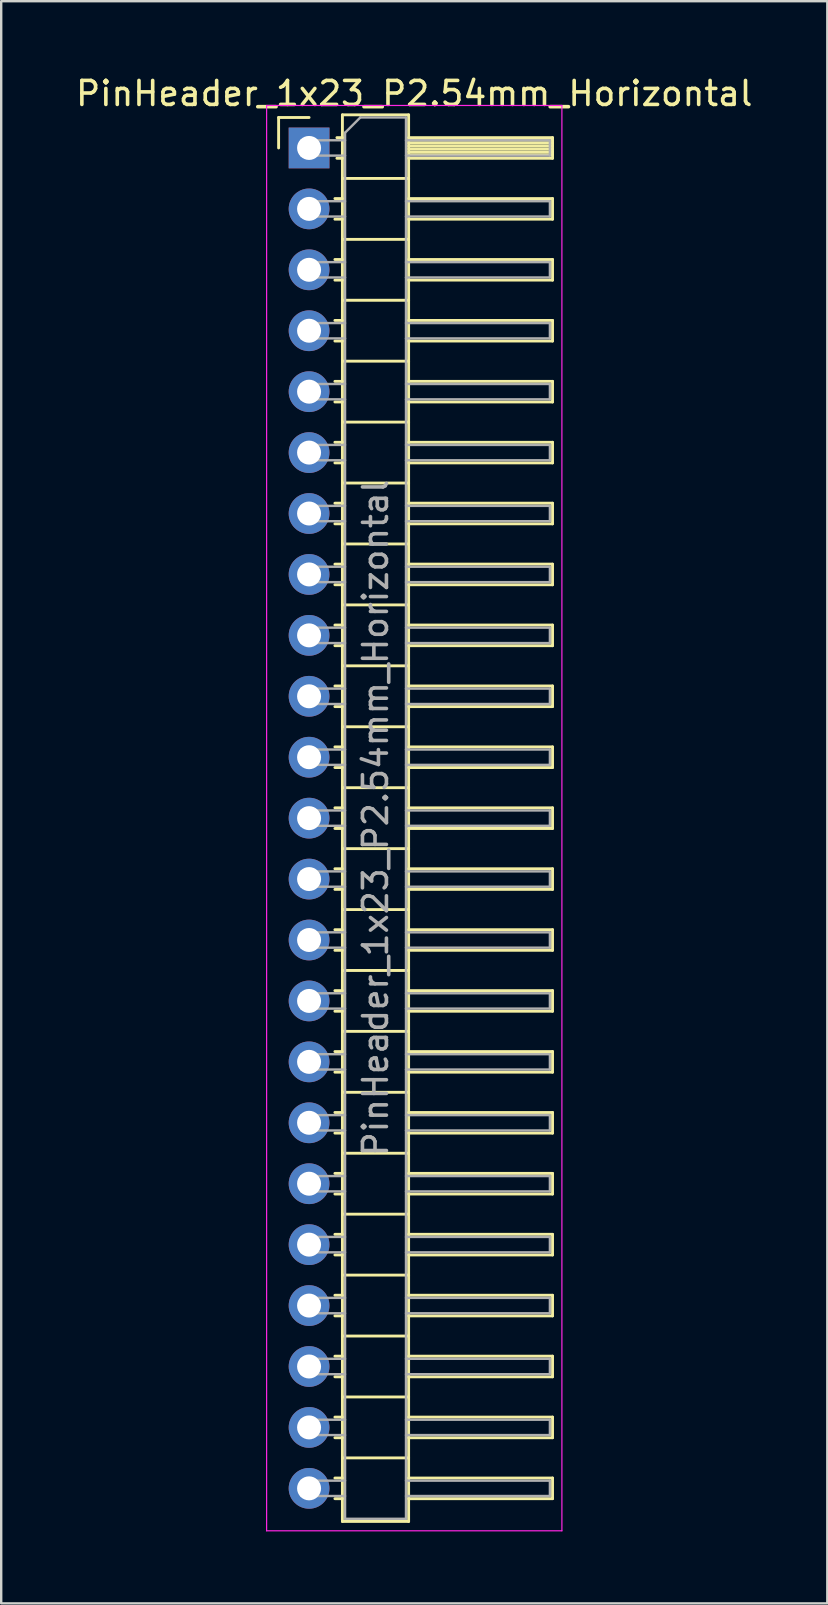
<source format=kicad_pcb>
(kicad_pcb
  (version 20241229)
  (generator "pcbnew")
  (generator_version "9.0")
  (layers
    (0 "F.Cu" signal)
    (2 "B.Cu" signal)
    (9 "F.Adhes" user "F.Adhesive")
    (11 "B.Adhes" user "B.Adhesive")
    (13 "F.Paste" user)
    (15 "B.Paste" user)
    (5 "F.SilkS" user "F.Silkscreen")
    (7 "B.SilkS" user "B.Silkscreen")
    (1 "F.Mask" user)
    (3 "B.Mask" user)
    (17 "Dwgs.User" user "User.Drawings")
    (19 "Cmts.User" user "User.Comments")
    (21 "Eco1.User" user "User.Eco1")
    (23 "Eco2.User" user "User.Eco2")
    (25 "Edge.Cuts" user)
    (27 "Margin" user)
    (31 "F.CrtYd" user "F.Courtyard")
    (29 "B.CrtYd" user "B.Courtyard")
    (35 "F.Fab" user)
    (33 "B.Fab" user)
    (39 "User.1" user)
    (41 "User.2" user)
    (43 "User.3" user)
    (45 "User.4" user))
  (footprint "PinHeader_1x23_P2.54mm_Horizontal"
    (layer "F.Cu")
    (at 9.835 3.118)
    (property "Reference" "PinHeader_1x23_P2.54mm_Horizontal" (at 4.385 -2.27 0) (layer "F.SilkS") (effects (font (size 1 1) (thickness 0.15))))
    (attr through_hole)
    (fp_line (start -1.27 -1.27) (end 0 -1.27) (stroke (width 0.12) (type solid)) (layer "F.SilkS"))
    (fp_line (start -1.27 0) (end -1.27 -1.27) (stroke (width 0.12) (type solid)) (layer "F.SilkS"))
    (fp_line (start 1.077 2.11) (end 1.39 2.11) (stroke (width 0.12) (type solid)) (layer "F.SilkS"))
    (fp_line (start 1.077 2.97) (end 1.39 2.97) (stroke (width 0.12) (type solid)) (layer "F.SilkS"))
    (fp_line (start 1.077 4.65) (end 1.39 4.65) (stroke (width 0.12) (type solid)) (layer "F.SilkS"))
    (fp_line (start 1.077 5.51) (end 1.39 5.51) (stroke (width 0.12) (type solid)) (layer "F.SilkS"))
    (fp_line (start 1.077 7.19) (end 1.39 7.19) (stroke (width 0.12) (type solid)) (layer "F.SilkS"))
    (fp_line (start 1.077 8.05) (end 1.39 8.05) (stroke (width 0.12) (type solid)) (layer "F.SilkS"))
    (fp_line (start 1.077 9.73) (end 1.39 9.73) (stroke (width 0.12) (type solid)) (layer "F.SilkS"))
    (fp_line (start 1.077 10.59) (end 1.39 10.59) (stroke (width 0.12) (type solid)) (layer "F.SilkS"))
    (fp_line (start 1.077 12.27) (end 1.39 12.27) (stroke (width 0.12) (type solid)) (layer "F.SilkS"))
    (fp_line (start 1.077 13.13) (end 1.39 13.13) (stroke (width 0.12) (type solid)) (layer "F.SilkS"))
    (fp_line (start 1.077 14.81) (end 1.39 14.81) (stroke (width 0.12) (type solid)) (layer "F.SilkS"))
    (fp_line (start 1.077 15.67) (end 1.39 15.67) (stroke (width 0.12) (type solid)) (layer "F.SilkS"))
    (fp_line (start 1.077 17.35) (end 1.39 17.35) (stroke (width 0.12) (type solid)) (layer "F.SilkS"))
    (fp_line (start 1.077 18.21) (end 1.39 18.21) (stroke (width 0.12) (type solid)) (layer "F.SilkS"))
    (fp_line (start 1.077 19.89) (end 1.39 19.89) (stroke (width 0.12) (type solid)) (layer "F.SilkS"))
    (fp_line (start 1.077 20.75) (end 1.39 20.75) (stroke (width 0.12) (type solid)) (layer "F.SilkS"))
    (fp_line (start 1.077 22.43) (end 1.39 22.43) (stroke (width 0.12) (type solid)) (layer "F.SilkS"))
    (fp_line (start 1.077 23.29) (end 1.39 23.29) (stroke (width 0.12) (type solid)) (layer "F.SilkS"))
    (fp_line (start 1.077 24.97) (end 1.39 24.97) (stroke (width 0.12) (type solid)) (layer "F.SilkS"))
    (fp_line (start 1.077 25.83) (end 1.39 25.83) (stroke (width 0.12) (type solid)) (layer "F.SilkS"))
    (fp_line (start 1.077 27.51) (end 1.39 27.51) (stroke (width 0.12) (type solid)) (layer "F.SilkS"))
    (fp_line (start 1.077 28.37) (end 1.39 28.37) (stroke (width 0.12) (type solid)) (layer "F.SilkS"))
    (fp_line (start 1.077 30.05) (end 1.39 30.05) (stroke (width 0.12) (type solid)) (layer "F.SilkS"))
    (fp_line (start 1.077 30.91) (end 1.39 30.91) (stroke (width 0.12) (type solid)) (layer "F.SilkS"))
    (fp_line (start 1.077 32.59) (end 1.39 32.59) (stroke (width 0.12) (type solid)) (layer "F.SilkS"))
    (fp_line (start 1.077 33.45) (end 1.39 33.45) (stroke (width 0.12) (type solid)) (layer "F.SilkS"))
    (fp_line (start 1.077 35.13) (end 1.39 35.13) (stroke (width 0.12) (type solid)) (layer "F.SilkS"))
    (fp_line (start 1.077 35.99) (end 1.39 35.99) (stroke (width 0.12) (type solid)) (layer "F.SilkS"))
    (fp_line (start 1.077 37.67) (end 1.39 37.67) (stroke (width 0.12) (type solid)) (layer "F.SilkS"))
    (fp_line (start 1.077 38.53) (end 1.39 38.53) (stroke (width 0.12) (type solid)) (layer "F.SilkS"))
    (fp_line (start 1.077 40.21) (end 1.39 40.21) (stroke (width 0.12) (type solid)) (layer "F.SilkS"))
    (fp_line (start 1.077 41.07) (end 1.39 41.07) (stroke (width 0.12) (type solid)) (layer "F.SilkS"))
    (fp_line (start 1.077 42.75) (end 1.39 42.75) (stroke (width 0.12) (type solid)) (layer "F.SilkS"))
    (fp_line (start 1.077 43.61) (end 1.39 43.61) (stroke (width 0.12) (type solid)) (layer "F.SilkS"))
    (fp_line (start 1.077 45.29) (end 1.39 45.29) (stroke (width 0.12) (type solid)) (layer "F.SilkS"))
    (fp_line (start 1.077 46.15) (end 1.39 46.15) (stroke (width 0.12) (type solid)) (layer "F.SilkS"))
    (fp_line (start 1.077 47.83) (end 1.39 47.83) (stroke (width 0.12) (type solid)) (layer "F.SilkS"))
    (fp_line (start 1.077 48.69) (end 1.39 48.69) (stroke (width 0.12) (type solid)) (layer "F.SilkS"))
    (fp_line (start 1.077 50.37) (end 1.39 50.37) (stroke (width 0.12) (type solid)) (layer "F.SilkS"))
    (fp_line (start 1.077 51.23) (end 1.39 51.23) (stroke (width 0.12) (type solid)) (layer "F.SilkS"))
    (fp_line (start 1.077 52.91) (end 1.39 52.91) (stroke (width 0.12) (type solid)) (layer "F.SilkS"))
    (fp_line (start 1.077 53.77) (end 1.39 53.77) (stroke (width 0.12) (type solid)) (layer "F.SilkS"))
    (fp_line (start 1.077 55.45) (end 1.39 55.45) (stroke (width 0.12) (type solid)) (layer "F.SilkS"))
    (fp_line (start 1.077 56.31) (end 1.39 56.31) (stroke (width 0.12) (type solid)) (layer "F.SilkS"))
    (fp_line (start 1.16 -0.43) (end 1.39 -0.43) (stroke (width 0.12) (type solid)) (layer "F.SilkS"))
    (fp_line (start 1.16 0.43) (end 1.39 0.43) (stroke (width 0.12) (type solid)) (layer "F.SilkS"))
    (fp_line (start 1.39 -1.38) (end 1.39 57.26) (stroke (width 0.12) (type solid)) (layer "F.SilkS"))
    (fp_line (start 1.39 1.27) (end 4.15 1.27) (stroke (width 0.12) (type solid)) (layer "F.SilkS"))
    (fp_line (start 1.39 3.81) (end 4.15 3.81) (stroke (width 0.12) (type solid)) (layer "F.SilkS"))
    (fp_line (start 1.39 6.35) (end 4.15 6.35) (stroke (width 0.12) (type solid)) (layer "F.SilkS"))
    (fp_line (start 1.39 8.89) (end 4.15 8.89) (stroke (width 0.12) (type solid)) (layer "F.SilkS"))
    (fp_line (start 1.39 11.43) (end 4.15 11.43) (stroke (width 0.12) (type solid)) (layer "F.SilkS"))
    (fp_line (start 1.39 13.97) (end 4.15 13.97) (stroke (width 0.12) (type solid)) (layer "F.SilkS"))
    (fp_line (start 1.39 16.51) (end 4.15 16.51) (stroke (width 0.12) (type solid)) (layer "F.SilkS"))
    (fp_line (start 1.39 19.05) (end 4.15 19.05) (stroke (width 0.12) (type solid)) (layer "F.SilkS"))
    (fp_line (start 1.39 21.59) (end 4.15 21.59) (stroke (width 0.12) (type solid)) (layer "F.SilkS"))
    (fp_line (start 1.39 24.13) (end 4.15 24.13) (stroke (width 0.12) (type solid)) (layer "F.SilkS"))
    (fp_line (start 1.39 26.67) (end 4.15 26.67) (stroke (width 0.12) (type solid)) (layer "F.SilkS"))
    (fp_line (start 1.39 29.21) (end 4.15 29.21) (stroke (width 0.12) (type solid)) (layer "F.SilkS"))
    (fp_line (start 1.39 31.75) (end 4.15 31.75) (stroke (width 0.12) (type solid)) (layer "F.SilkS"))
    (fp_line (start 1.39 34.29) (end 4.15 34.29) (stroke (width 0.12) (type solid)) (layer "F.SilkS"))
    (fp_line (start 1.39 36.83) (end 4.15 36.83) (stroke (width 0.12) (type solid)) (layer "F.SilkS"))
    (fp_line (start 1.39 39.37) (end 4.15 39.37) (stroke (width 0.12) (type solid)) (layer "F.SilkS"))
    (fp_line (start 1.39 41.91) (end 4.15 41.91) (stroke (width 0.12) (type solid)) (layer "F.SilkS"))
    (fp_line (start 1.39 44.45) (end 4.15 44.45) (stroke (width 0.12) (type solid)) (layer "F.SilkS"))
    (fp_line (start 1.39 46.99) (end 4.15 46.99) (stroke (width 0.12) (type solid)) (layer "F.SilkS"))
    (fp_line (start 1.39 49.53) (end 4.15 49.53) (stroke (width 0.12) (type solid)) (layer "F.SilkS"))
    (fp_line (start 1.39 52.07) (end 4.15 52.07) (stroke (width 0.12) (type solid)) (layer "F.SilkS"))
    (fp_line (start 1.39 54.61) (end 4.15 54.61) (stroke (width 0.12) (type solid)) (layer "F.SilkS"))
    (fp_line (start 1.39 57.26) (end 4.15 57.26) (stroke (width 0.12) (type solid)) (layer "F.SilkS"))
    (fp_line (start 4.15 -1.38) (end 1.39 -1.38) (stroke (width 0.12) (type solid)) (layer "F.SilkS"))
    (fp_line (start 4.15 -0.43) (end 10.15 -0.43) (stroke (width 0.12) (type solid)) (layer "F.SilkS"))
    (fp_line (start 4.15 -0.32) (end 10.15 -0.32) (stroke (width 0.12) (type solid)) (layer "F.SilkS"))
    (fp_line (start 4.15 -0.2) (end 10.15 -0.2) (stroke (width 0.12) (type solid)) (layer "F.SilkS"))
    (fp_line (start 4.15 -0.08) (end 10.15 -0.08) (stroke (width 0.12) (type solid)) (layer "F.SilkS"))
    (fp_line (start 4.15 0.04) (end 10.15 0.04) (stroke (width 0.12) (type solid)) (layer "F.SilkS"))
    (fp_line (start 4.15 0.16) (end 10.15 0.16) (stroke (width 0.12) (type solid)) (layer "F.SilkS"))
    (fp_line (start 4.15 0.28) (end 10.15 0.28) (stroke (width 0.12) (type solid)) (layer "F.SilkS"))
    (fp_line (start 4.15 2.11) (end 10.15 2.11) (stroke (width 0.12) (type solid)) (layer "F.SilkS"))
    (fp_line (start 4.15 4.65) (end 10.15 4.65) (stroke (width 0.12) (type solid)) (layer "F.SilkS"))
    (fp_line (start 4.15 7.19) (end 10.15 7.19) (stroke (width 0.12) (type solid)) (layer "F.SilkS"))
    (fp_line (start 4.15 9.73) (end 10.15 9.73) (stroke (width 0.12) (type solid)) (layer "F.SilkS"))
    (fp_line (start 4.15 12.27) (end 10.15 12.27) (stroke (width 0.12) (type solid)) (layer "F.SilkS"))
    (fp_line (start 4.15 14.81) (end 10.15 14.81) (stroke (width 0.12) (type solid)) (layer "F.SilkS"))
    (fp_line (start 4.15 17.35) (end 10.15 17.35) (stroke (width 0.12) (type solid)) (layer "F.SilkS"))
    (fp_line (start 4.15 19.89) (end 10.15 19.89) (stroke (width 0.12) (type solid)) (layer "F.SilkS"))
    (fp_line (start 4.15 22.43) (end 10.15 22.43) (stroke (width 0.12) (type solid)) (layer "F.SilkS"))
    (fp_line (start 4.15 24.97) (end 10.15 24.97) (stroke (width 0.12) (type solid)) (layer "F.SilkS"))
    (fp_line (start 4.15 27.51) (end 10.15 27.51) (stroke (width 0.12) (type solid)) (layer "F.SilkS"))
    (fp_line (start 4.15 30.05) (end 10.15 30.05) (stroke (width 0.12) (type solid)) (layer "F.SilkS"))
    (fp_line (start 4.15 32.59) (end 10.15 32.59) (stroke (width 0.12) (type solid)) (layer "F.SilkS"))
    (fp_line (start 4.15 35.13) (end 10.15 35.13) (stroke (width 0.12) (type solid)) (layer "F.SilkS"))
    (fp_line (start 4.15 37.67) (end 10.15 37.67) (stroke (width 0.12) (type solid)) (layer "F.SilkS"))
    (fp_line (start 4.15 40.21) (end 10.15 40.21) (stroke (width 0.12) (type solid)) (layer "F.SilkS"))
    (fp_line (start 4.15 42.75) (end 10.15 42.75) (stroke (width 0.12) (type solid)) (layer "F.SilkS"))
    (fp_line (start 4.15 45.29) (end 10.15 45.29) (stroke (width 0.12) (type solid)) (layer "F.SilkS"))
    (fp_line (start 4.15 47.83) (end 10.15 47.83) (stroke (width 0.12) (type solid)) (layer "F.SilkS"))
    (fp_line (start 4.15 50.37) (end 10.15 50.37) (stroke (width 0.12) (type solid)) (layer "F.SilkS"))
    (fp_line (start 4.15 52.91) (end 10.15 52.91) (stroke (width 0.12) (type solid)) (layer "F.SilkS"))
    (fp_line (start 4.15 55.45) (end 10.15 55.45) (stroke (width 0.12) (type solid)) (layer "F.SilkS"))
    (fp_line (start 4.15 57.26) (end 4.15 -1.38) (stroke (width 0.12) (type solid)) (layer "F.SilkS"))
    (fp_line (start 10.15 -0.43) (end 10.15 0.43) (stroke (width 0.12) (type solid)) (layer "F.SilkS"))
    (fp_line (start 10.15 0.43) (end 4.15 0.43) (stroke (width 0.12) (type solid)) (layer "F.SilkS"))
    (fp_line (start 10.15 2.11) (end 10.15 2.97) (stroke (width 0.12) (type solid)) (layer "F.SilkS"))
    (fp_line (start 10.15 2.97) (end 4.15 2.97) (stroke (width 0.12) (type solid)) (layer "F.SilkS"))
    (fp_line (start 10.15 4.65) (end 10.15 5.51) (stroke (width 0.12) (type solid)) (layer "F.SilkS"))
    (fp_line (start 10.15 5.51) (end 4.15 5.51) (stroke (width 0.12) (type solid)) (layer "F.SilkS"))
    (fp_line (start 10.15 7.19) (end 10.15 8.05) (stroke (width 0.12) (type solid)) (layer "F.SilkS"))
    (fp_line (start 10.15 8.05) (end 4.15 8.05) (stroke (width 0.12) (type solid)) (layer "F.SilkS"))
    (fp_line (start 10.15 9.73) (end 10.15 10.59) (stroke (width 0.12) (type solid)) (layer "F.SilkS"))
    (fp_line (start 10.15 10.59) (end 4.15 10.59) (stroke (width 0.12) (type solid)) (layer "F.SilkS"))
    (fp_line (start 10.15 12.27) (end 10.15 13.13) (stroke (width 0.12) (type solid)) (layer "F.SilkS"))
    (fp_line (start 10.15 13.13) (end 4.15 13.13) (stroke (width 0.12) (type solid)) (layer "F.SilkS"))
    (fp_line (start 10.15 14.81) (end 10.15 15.67) (stroke (width 0.12) (type solid)) (layer "F.SilkS"))
    (fp_line (start 10.15 15.67) (end 4.15 15.67) (stroke (width 0.12) (type solid)) (layer "F.SilkS"))
    (fp_line (start 10.15 17.35) (end 10.15 18.21) (stroke (width 0.12) (type solid)) (layer "F.SilkS"))
    (fp_line (start 10.15 18.21) (end 4.15 18.21) (stroke (width 0.12) (type solid)) (layer "F.SilkS"))
    (fp_line (start 10.15 19.89) (end 10.15 20.75) (stroke (width 0.12) (type solid)) (layer "F.SilkS"))
    (fp_line (start 10.15 20.75) (end 4.15 20.75) (stroke (width 0.12) (type solid)) (layer "F.SilkS"))
    (fp_line (start 10.15 22.43) (end 10.15 23.29) (stroke (width 0.12) (type solid)) (layer "F.SilkS"))
    (fp_line (start 10.15 23.29) (end 4.15 23.29) (stroke (width 0.12) (type solid)) (layer "F.SilkS"))
    (fp_line (start 10.15 24.97) (end 10.15 25.83) (stroke (width 0.12) (type solid)) (layer "F.SilkS"))
    (fp_line (start 10.15 25.83) (end 4.15 25.83) (stroke (width 0.12) (type solid)) (layer "F.SilkS"))
    (fp_line (start 10.15 27.51) (end 10.15 28.37) (stroke (width 0.12) (type solid)) (layer "F.SilkS"))
    (fp_line (start 10.15 28.37) (end 4.15 28.37) (stroke (width 0.12) (type solid)) (layer "F.SilkS"))
    (fp_line (start 10.15 30.05) (end 10.15 30.91) (stroke (width 0.12) (type solid)) (layer "F.SilkS"))
    (fp_line (start 10.15 30.91) (end 4.15 30.91) (stroke (width 0.12) (type solid)) (layer "F.SilkS"))
    (fp_line (start 10.15 32.59) (end 10.15 33.45) (stroke (width 0.12) (type solid)) (layer "F.SilkS"))
    (fp_line (start 10.15 33.45) (end 4.15 33.45) (stroke (width 0.12) (type solid)) (layer "F.SilkS"))
    (fp_line (start 10.15 35.13) (end 10.15 35.99) (stroke (width 0.12) (type solid)) (layer "F.SilkS"))
    (fp_line (start 10.15 35.99) (end 4.15 35.99) (stroke (width 0.12) (type solid)) (layer "F.SilkS"))
    (fp_line (start 10.15 37.67) (end 10.15 38.53) (stroke (width 0.12) (type solid)) (layer "F.SilkS"))
    (fp_line (start 10.15 38.53) (end 4.15 38.53) (stroke (width 0.12) (type solid)) (layer "F.SilkS"))
    (fp_line (start 10.15 40.21) (end 10.15 41.07) (stroke (width 0.12) (type solid)) (layer "F.SilkS"))
    (fp_line (start 10.15 41.07) (end 4.15 41.07) (stroke (width 0.12) (type solid)) (layer "F.SilkS"))
    (fp_line (start 10.15 42.75) (end 10.15 43.61) (stroke (width 0.12) (type solid)) (layer "F.SilkS"))
    (fp_line (start 10.15 43.61) (end 4.15 43.61) (stroke (width 0.12) (type solid)) (layer "F.SilkS"))
    (fp_line (start 10.15 45.29) (end 10.15 46.15) (stroke (width 0.12) (type solid)) (layer "F.SilkS"))
    (fp_line (start 10.15 46.15) (end 4.15 46.15) (stroke (width 0.12) (type solid)) (layer "F.SilkS"))
    (fp_line (start 10.15 47.83) (end 10.15 48.69) (stroke (width 0.12) (type solid)) (layer "F.SilkS"))
    (fp_line (start 10.15 48.69) (end 4.15 48.69) (stroke (width 0.12) (type solid)) (layer "F.SilkS"))
    (fp_line (start 10.15 50.37) (end 10.15 51.23) (stroke (width 0.12) (type solid)) (layer "F.SilkS"))
    (fp_line (start 10.15 51.23) (end 4.15 51.23) (stroke (width 0.12) (type solid)) (layer "F.SilkS"))
    (fp_line (start 10.15 52.91) (end 10.15 53.77) (stroke (width 0.12) (type solid)) (layer "F.SilkS"))
    (fp_line (start 10.15 53.77) (end 4.15 53.77) (stroke (width 0.12) (type solid)) (layer "F.SilkS"))
    (fp_line (start 10.15 55.45) (end 10.15 56.31) (stroke (width 0.12) (type solid)) (layer "F.SilkS"))
    (fp_line (start 10.15 56.31) (end 4.15 56.31) (stroke (width 0.12) (type solid)) (layer "F.SilkS"))
    (fp_line (start -1.77 -1.77) (end -1.77 57.65) (stroke (width 0.05) (type solid)) (layer "F.CrtYd"))
    (fp_line (start -1.77 57.65) (end 10.54 57.65) (stroke (width 0.05) (type solid)) (layer "F.CrtYd"))
    (fp_line (start 10.54 -1.77) (end -1.77 -1.77) (stroke (width 0.05) (type solid)) (layer "F.CrtYd"))
    (fp_line (start 10.54 57.65) (end 10.54 -1.77) (stroke (width 0.05) (type solid)) (layer "F.CrtYd"))
    (fp_line (start -0.32 -0.32) (end -0.32 0.32) (stroke (width 0.1) (type solid)) (layer "F.Fab"))
    (fp_line (start -0.32 -0.32) (end 1.5 -0.32) (stroke (width 0.1) (type solid)) (layer "F.Fab"))
    (fp_line (start -0.32 0.32) (end 1.5 0.32) (stroke (width 0.1) (type solid)) (layer "F.Fab"))
    (fp_line (start -0.32 2.22) (end -0.32 2.86) (stroke (width 0.1) (type solid)) (layer "F.Fab"))
    (fp_line (start -0.32 2.22) (end 1.5 2.22) (stroke (width 0.1) (type solid)) (layer "F.Fab"))
    (fp_line (start -0.32 2.86) (end 1.5 2.86) (stroke (width 0.1) (type solid)) (layer "F.Fab"))
    (fp_line (start -0.32 4.76) (end -0.32 5.4) (stroke (width 0.1) (type solid)) (layer "F.Fab"))
    (fp_line (start -0.32 4.76) (end 1.5 4.76) (stroke (width 0.1) (type solid)) (layer "F.Fab"))
    (fp_line (start -0.32 5.4) (end 1.5 5.4) (stroke (width 0.1) (type solid)) (layer "F.Fab"))
    (fp_line (start -0.32 7.3) (end -0.32 7.94) (stroke (width 0.1) (type solid)) (layer "F.Fab"))
    (fp_line (start -0.32 7.3) (end 1.5 7.3) (stroke (width 0.1) (type solid)) (layer "F.Fab"))
    (fp_line (start -0.32 7.94) (end 1.5 7.94) (stroke (width 0.1) (type solid)) (layer "F.Fab"))
    (fp_line (start -0.32 9.84) (end -0.32 10.48) (stroke (width 0.1) (type solid)) (layer "F.Fab"))
    (fp_line (start -0.32 9.84) (end 1.5 9.84) (stroke (width 0.1) (type solid)) (layer "F.Fab"))
    (fp_line (start -0.32 10.48) (end 1.5 10.48) (stroke (width 0.1) (type solid)) (layer "F.Fab"))
    (fp_line (start -0.32 12.38) (end -0.32 13.02) (stroke (width 0.1) (type solid)) (layer "F.Fab"))
    (fp_line (start -0.32 12.38) (end 1.5 12.38) (stroke (width 0.1) (type solid)) (layer "F.Fab"))
    (fp_line (start -0.32 13.02) (end 1.5 13.02) (stroke (width 0.1) (type solid)) (layer "F.Fab"))
    (fp_line (start -0.32 14.92) (end -0.32 15.56) (stroke (width 0.1) (type solid)) (layer "F.Fab"))
    (fp_line (start -0.32 14.92) (end 1.5 14.92) (stroke (width 0.1) (type solid)) (layer "F.Fab"))
    (fp_line (start -0.32 15.56) (end 1.5 15.56) (stroke (width 0.1) (type solid)) (layer "F.Fab"))
    (fp_line (start -0.32 17.46) (end -0.32 18.1) (stroke (width 0.1) (type solid)) (layer "F.Fab"))
    (fp_line (start -0.32 17.46) (end 1.5 17.46) (stroke (width 0.1) (type solid)) (layer "F.Fab"))
    (fp_line (start -0.32 18.1) (end 1.5 18.1) (stroke (width 0.1) (type solid)) (layer "F.Fab"))
    (fp_line (start -0.32 20) (end -0.32 20.64) (stroke (width 0.1) (type solid)) (layer "F.Fab"))
    (fp_line (start -0.32 20) (end 1.5 20) (stroke (width 0.1) (type solid)) (layer "F.Fab"))
    (fp_line (start -0.32 20.64) (end 1.5 20.64) (stroke (width 0.1) (type solid)) (layer "F.Fab"))
    (fp_line (start -0.32 22.54) (end -0.32 23.18) (stroke (width 0.1) (type solid)) (layer "F.Fab"))
    (fp_line (start -0.32 22.54) (end 1.5 22.54) (stroke (width 0.1) (type solid)) (layer "F.Fab"))
    (fp_line (start -0.32 23.18) (end 1.5 23.18) (stroke (width 0.1) (type solid)) (layer "F.Fab"))
    (fp_line (start -0.32 25.08) (end -0.32 25.72) (stroke (width 0.1) (type solid)) (layer "F.Fab"))
    (fp_line (start -0.32 25.08) (end 1.5 25.08) (stroke (width 0.1) (type solid)) (layer "F.Fab"))
    (fp_line (start -0.32 25.72) (end 1.5 25.72) (stroke (width 0.1) (type solid)) (layer "F.Fab"))
    (fp_line (start -0.32 27.62) (end -0.32 28.26) (stroke (width 0.1) (type solid)) (layer "F.Fab"))
    (fp_line (start -0.32 27.62) (end 1.5 27.62) (stroke (width 0.1) (type solid)) (layer "F.Fab"))
    (fp_line (start -0.32 28.26) (end 1.5 28.26) (stroke (width 0.1) (type solid)) (layer "F.Fab"))
    (fp_line (start -0.32 30.16) (end -0.32 30.8) (stroke (width 0.1) (type solid)) (layer "F.Fab"))
    (fp_line (start -0.32 30.16) (end 1.5 30.16) (stroke (width 0.1) (type solid)) (layer "F.Fab"))
    (fp_line (start -0.32 30.8) (end 1.5 30.8) (stroke (width 0.1) (type solid)) (layer "F.Fab"))
    (fp_line (start -0.32 32.7) (end -0.32 33.34) (stroke (width 0.1) (type solid)) (layer "F.Fab"))
    (fp_line (start -0.32 32.7) (end 1.5 32.7) (stroke (width 0.1) (type solid)) (layer "F.Fab"))
    (fp_line (start -0.32 33.34) (end 1.5 33.34) (stroke (width 0.1) (type solid)) (layer "F.Fab"))
    (fp_line (start -0.32 35.24) (end -0.32 35.88) (stroke (width 0.1) (type solid)) (layer "F.Fab"))
    (fp_line (start -0.32 35.24) (end 1.5 35.24) (stroke (width 0.1) (type solid)) (layer "F.Fab"))
    (fp_line (start -0.32 35.88) (end 1.5 35.88) (stroke (width 0.1) (type solid)) (layer "F.Fab"))
    (fp_line (start -0.32 37.78) (end -0.32 38.42) (stroke (width 0.1) (type solid)) (layer "F.Fab"))
    (fp_line (start -0.32 37.78) (end 1.5 37.78) (stroke (width 0.1) (type solid)) (layer "F.Fab"))
    (fp_line (start -0.32 38.42) (end 1.5 38.42) (stroke (width 0.1) (type solid)) (layer "F.Fab"))
    (fp_line (start -0.32 40.32) (end -0.32 40.96) (stroke (width 0.1) (type solid)) (layer "F.Fab"))
    (fp_line (start -0.32 40.32) (end 1.5 40.32) (stroke (width 0.1) (type solid)) (layer "F.Fab"))
    (fp_line (start -0.32 40.96) (end 1.5 40.96) (stroke (width 0.1) (type solid)) (layer "F.Fab"))
    (fp_line (start -0.32 42.86) (end -0.32 43.5) (stroke (width 0.1) (type solid)) (layer "F.Fab"))
    (fp_line (start -0.32 42.86) (end 1.5 42.86) (stroke (width 0.1) (type solid)) (layer "F.Fab"))
    (fp_line (start -0.32 43.5) (end 1.5 43.5) (stroke (width 0.1) (type solid)) (layer "F.Fab"))
    (fp_line (start -0.32 45.4) (end -0.32 46.04) (stroke (width 0.1) (type solid)) (layer "F.Fab"))
    (fp_line (start -0.32 45.4) (end 1.5 45.4) (stroke (width 0.1) (type solid)) (layer "F.Fab"))
    (fp_line (start -0.32 46.04) (end 1.5 46.04) (stroke (width 0.1) (type solid)) (layer "F.Fab"))
    (fp_line (start -0.32 47.94) (end -0.32 48.58) (stroke (width 0.1) (type solid)) (layer "F.Fab"))
    (fp_line (start -0.32 47.94) (end 1.5 47.94) (stroke (width 0.1) (type solid)) (layer "F.Fab"))
    (fp_line (start -0.32 48.58) (end 1.5 48.58) (stroke (width 0.1) (type solid)) (layer "F.Fab"))
    (fp_line (start -0.32 50.48) (end -0.32 51.12) (stroke (width 0.1) (type solid)) (layer "F.Fab"))
    (fp_line (start -0.32 50.48) (end 1.5 50.48) (stroke (width 0.1) (type solid)) (layer "F.Fab"))
    (fp_line (start -0.32 51.12) (end 1.5 51.12) (stroke (width 0.1) (type solid)) (layer "F.Fab"))
    (fp_line (start -0.32 53.02) (end -0.32 53.66) (stroke (width 0.1) (type solid)) (layer "F.Fab"))
    (fp_line (start -0.32 53.02) (end 1.5 53.02) (stroke (width 0.1) (type solid)) (layer "F.Fab"))
    (fp_line (start -0.32 53.66) (end 1.5 53.66) (stroke (width 0.1) (type solid)) (layer "F.Fab"))
    (fp_line (start -0.32 55.56) (end -0.32 56.2) (stroke (width 0.1) (type solid)) (layer "F.Fab"))
    (fp_line (start -0.32 55.56) (end 1.5 55.56) (stroke (width 0.1) (type solid)) (layer "F.Fab"))
    (fp_line (start -0.32 56.2) (end 1.5 56.2) (stroke (width 0.1) (type solid)) (layer "F.Fab"))
    (fp_line (start 1.5 -0.635) (end 2.135 -1.27) (stroke (width 0.1) (type solid)) (layer "F.Fab"))
    (fp_line (start 1.5 57.15) (end 1.5 -0.635) (stroke (width 0.1) (type solid)) (layer "F.Fab"))
    (fp_line (start 2.135 -1.27) (end 4.04 -1.27) (stroke (width 0.1) (type solid)) (layer "F.Fab"))
    (fp_line (start 4.04 -1.27) (end 4.04 57.15) (stroke (width 0.1) (type solid)) (layer "F.Fab"))
    (fp_line (start 4.04 -0.32) (end 10.04 -0.32) (stroke (width 0.1) (type solid)) (layer "F.Fab"))
    (fp_line (start 4.04 0.32) (end 10.04 0.32) (stroke (width 0.1) (type solid)) (layer "F.Fab"))
    (fp_line (start 4.04 2.22) (end 10.04 2.22) (stroke (width 0.1) (type solid)) (layer "F.Fab"))
    (fp_line (start 4.04 2.86) (end 10.04 2.86) (stroke (width 0.1) (type solid)) (layer "F.Fab"))
    (fp_line (start 4.04 4.76) (end 10.04 4.76) (stroke (width 0.1) (type solid)) (layer "F.Fab"))
    (fp_line (start 4.04 5.4) (end 10.04 5.4) (stroke (width 0.1) (type solid)) (layer "F.Fab"))
    (fp_line (start 4.04 7.3) (end 10.04 7.3) (stroke (width 0.1) (type solid)) (layer "F.Fab"))
    (fp_line (start 4.04 7.94) (end 10.04 7.94) (stroke (width 0.1) (type solid)) (layer "F.Fab"))
    (fp_line (start 4.04 9.84) (end 10.04 9.84) (stroke (width 0.1) (type solid)) (layer "F.Fab"))
    (fp_line (start 4.04 10.48) (end 10.04 10.48) (stroke (width 0.1) (type solid)) (layer "F.Fab"))
    (fp_line (start 4.04 12.38) (end 10.04 12.38) (stroke (width 0.1) (type solid)) (layer "F.Fab"))
    (fp_line (start 4.04 13.02) (end 10.04 13.02) (stroke (width 0.1) (type solid)) (layer "F.Fab"))
    (fp_line (start 4.04 14.92) (end 10.04 14.92) (stroke (width 0.1) (type solid)) (layer "F.Fab"))
    (fp_line (start 4.04 15.56) (end 10.04 15.56) (stroke (width 0.1) (type solid)) (layer "F.Fab"))
    (fp_line (start 4.04 17.46) (end 10.04 17.46) (stroke (width 0.1) (type solid)) (layer "F.Fab"))
    (fp_line (start 4.04 18.1) (end 10.04 18.1) (stroke (width 0.1) (type solid)) (layer "F.Fab"))
    (fp_line (start 4.04 20) (end 10.04 20) (stroke (width 0.1) (type solid)) (layer "F.Fab"))
    (fp_line (start 4.04 20.64) (end 10.04 20.64) (stroke (width 0.1) (type solid)) (layer "F.Fab"))
    (fp_line (start 4.04 22.54) (end 10.04 22.54) (stroke (width 0.1) (type solid)) (layer "F.Fab"))
    (fp_line (start 4.04 23.18) (end 10.04 23.18) (stroke (width 0.1) (type solid)) (layer "F.Fab"))
    (fp_line (start 4.04 25.08) (end 10.04 25.08) (stroke (width 0.1) (type solid)) (layer "F.Fab"))
    (fp_line (start 4.04 25.72) (end 10.04 25.72) (stroke (width 0.1) (type solid)) (layer "F.Fab"))
    (fp_line (start 4.04 27.62) (end 10.04 27.62) (stroke (width 0.1) (type solid)) (layer "F.Fab"))
    (fp_line (start 4.04 28.26) (end 10.04 28.26) (stroke (width 0.1) (type solid)) (layer "F.Fab"))
    (fp_line (start 4.04 30.16) (end 10.04 30.16) (stroke (width 0.1) (type solid)) (layer "F.Fab"))
    (fp_line (start 4.04 30.8) (end 10.04 30.8) (stroke (width 0.1) (type solid)) (layer "F.Fab"))
    (fp_line (start 4.04 32.7) (end 10.04 32.7) (stroke (width 0.1) (type solid)) (layer "F.Fab"))
    (fp_line (start 4.04 33.34) (end 10.04 33.34) (stroke (width 0.1) (type solid)) (layer "F.Fab"))
    (fp_line (start 4.04 35.24) (end 10.04 35.24) (stroke (width 0.1) (type solid)) (layer "F.Fab"))
    (fp_line (start 4.04 35.88) (end 10.04 35.88) (stroke (width 0.1) (type solid)) (layer "F.Fab"))
    (fp_line (start 4.04 37.78) (end 10.04 37.78) (stroke (width 0.1) (type solid)) (layer "F.Fab"))
    (fp_line (start 4.04 38.42) (end 10.04 38.42) (stroke (width 0.1) (type solid)) (layer "F.Fab"))
    (fp_line (start 4.04 40.32) (end 10.04 40.32) (stroke (width 0.1) (type solid)) (layer "F.Fab"))
    (fp_line (start 4.04 40.96) (end 10.04 40.96) (stroke (width 0.1) (type solid)) (layer "F.Fab"))
    (fp_line (start 4.04 42.86) (end 10.04 42.86) (stroke (width 0.1) (type solid)) (layer "F.Fab"))
    (fp_line (start 4.04 43.5) (end 10.04 43.5) (stroke (width 0.1) (type solid)) (layer "F.Fab"))
    (fp_line (start 4.04 45.4) (end 10.04 45.4) (stroke (width 0.1) (type solid)) (layer "F.Fab"))
    (fp_line (start 4.04 46.04) (end 10.04 46.04) (stroke (width 0.1) (type solid)) (layer "F.Fab"))
    (fp_line (start 4.04 47.94) (end 10.04 47.94) (stroke (width 0.1) (type solid)) (layer "F.Fab"))
    (fp_line (start 4.04 48.58) (end 10.04 48.58) (stroke (width 0.1) (type solid)) (layer "F.Fab"))
    (fp_line (start 4.04 50.48) (end 10.04 50.48) (stroke (width 0.1) (type solid)) (layer "F.Fab"))
    (fp_line (start 4.04 51.12) (end 10.04 51.12) (stroke (width 0.1) (type solid)) (layer "F.Fab"))
    (fp_line (start 4.04 53.02) (end 10.04 53.02) (stroke (width 0.1) (type solid)) (layer "F.Fab"))
    (fp_line (start 4.04 53.66) (end 10.04 53.66) (stroke (width 0.1) (type solid)) (layer "F.Fab"))
    (fp_line (start 4.04 55.56) (end 10.04 55.56) (stroke (width 0.1) (type solid)) (layer "F.Fab"))
    (fp_line (start 4.04 56.2) (end 10.04 56.2) (stroke (width 0.1) (type solid)) (layer "F.Fab"))
    (fp_line (start 4.04 57.15) (end 1.5 57.15) (stroke (width 0.1) (type solid)) (layer "F.Fab"))
    (fp_line (start 10.04 -0.32) (end 10.04 0.32) (stroke (width 0.1) (type solid)) (layer "F.Fab"))
    (fp_line (start 10.04 2.22) (end 10.04 2.86) (stroke (width 0.1) (type solid)) (layer "F.Fab"))
    (fp_line (start 10.04 4.76) (end 10.04 5.4) (stroke (width 0.1) (type solid)) (layer "F.Fab"))
    (fp_line (start 10.04 7.3) (end 10.04 7.94) (stroke (width 0.1) (type solid)) (layer "F.Fab"))
    (fp_line (start 10.04 9.84) (end 10.04 10.48) (stroke (width 0.1) (type solid)) (layer "F.Fab"))
    (fp_line (start 10.04 12.38) (end 10.04 13.02) (stroke (width 0.1) (type solid)) (layer "F.Fab"))
    (fp_line (start 10.04 14.92) (end 10.04 15.56) (stroke (width 0.1) (type solid)) (layer "F.Fab"))
    (fp_line (start 10.04 17.46) (end 10.04 18.1) (stroke (width 0.1) (type solid)) (layer "F.Fab"))
    (fp_line (start 10.04 20) (end 10.04 20.64) (stroke (width 0.1) (type solid)) (layer "F.Fab"))
    (fp_line (start 10.04 22.54) (end 10.04 23.18) (stroke (width 0.1) (type solid)) (layer "F.Fab"))
    (fp_line (start 10.04 25.08) (end 10.04 25.72) (stroke (width 0.1) (type solid)) (layer "F.Fab"))
    (fp_line (start 10.04 27.62) (end 10.04 28.26) (stroke (width 0.1) (type solid)) (layer "F.Fab"))
    (fp_line (start 10.04 30.16) (end 10.04 30.8) (stroke (width 0.1) (type solid)) (layer "F.Fab"))
    (fp_line (start 10.04 32.7) (end 10.04 33.34) (stroke (width 0.1) (type solid)) (layer "F.Fab"))
    (fp_line (start 10.04 35.24) (end 10.04 35.88) (stroke (width 0.1) (type solid)) (layer "F.Fab"))
    (fp_line (start 10.04 37.78) (end 10.04 38.42) (stroke (width 0.1) (type solid)) (layer "F.Fab"))
    (fp_line (start 10.04 40.32) (end 10.04 40.96) (stroke (width 0.1) (type solid)) (layer "F.Fab"))
    (fp_line (start 10.04 42.86) (end 10.04 43.5) (stroke (width 0.1) (type solid)) (layer "F.Fab"))
    (fp_line (start 10.04 45.4) (end 10.04 46.04) (stroke (width 0.1) (type solid)) (layer "F.Fab"))
    (fp_line (start 10.04 47.94) (end 10.04 48.58) (stroke (width 0.1) (type solid)) (layer "F.Fab"))
    (fp_line (start 10.04 50.48) (end 10.04 51.12) (stroke (width 0.1) (type solid)) (layer "F.Fab"))
    (fp_line (start 10.04 53.02) (end 10.04 53.66) (stroke (width 0.1) (type solid)) (layer "F.Fab"))
    (fp_line (start 10.04 55.56) (end 10.04 56.2) (stroke (width 0.1) (type solid)) (layer "F.Fab"))
    (fp_text user "${REFERENCE}" (at 2.77 27.94 90) (layer "F.Fab") (effects (font (size 1 1) (thickness 0.15))))
    (pad "1" thru_hole rect (at 0 0) (size 1.7 1.7) (drill 1) (layers "*.Cu" "*.Mask"))
    (pad "2" thru_hole circle (at 0 2.54) (size 1.7 1.7) (drill 1) (layers "*.Cu" "*.Mask"))
    (pad "3" thru_hole circle (at 0 5.08) (size 1.7 1.7) (drill 1) (layers "*.Cu" "*.Mask"))
    (pad "4" thru_hole circle (at 0 7.62) (size 1.7 1.7) (drill 1) (layers "*.Cu" "*.Mask"))
    (pad "5" thru_hole circle (at 0 10.16) (size 1.7 1.7) (drill 1) (layers "*.Cu" "*.Mask"))
    (pad "6" thru_hole circle (at 0 12.7) (size 1.7 1.7) (drill 1) (layers "*.Cu" "*.Mask"))
    (pad "7" thru_hole circle (at 0 15.24) (size 1.7 1.7) (drill 1) (layers "*.Cu" "*.Mask"))
    (pad "8" thru_hole circle (at 0 17.78) (size 1.7 1.7) (drill 1) (layers "*.Cu" "*.Mask"))
    (pad "9" thru_hole circle (at 0 20.32) (size 1.7 1.7) (drill 1) (layers "*.Cu" "*.Mask"))
    (pad "10" thru_hole circle (at 0 22.86) (size 1.7 1.7) (drill 1) (layers "*.Cu" "*.Mask"))
    (pad "11" thru_hole circle (at 0 25.4) (size 1.7 1.7) (drill 1) (layers "*.Cu" "*.Mask"))
    (pad "12" thru_hole circle (at 0 27.94) (size 1.7 1.7) (drill 1) (layers "*.Cu" "*.Mask"))
    (pad "13" thru_hole circle (at 0 30.48) (size 1.7 1.7) (drill 1) (layers "*.Cu" "*.Mask"))
    (pad "14" thru_hole circle (at 0 33.02) (size 1.7 1.7) (drill 1) (layers "*.Cu" "*.Mask"))
    (pad "15" thru_hole circle (at 0 35.56) (size 1.7 1.7) (drill 1) (layers "*.Cu" "*.Mask"))
    (pad "16" thru_hole circle (at 0 38.1) (size 1.7 1.7) (drill 1) (layers "*.Cu" "*.Mask"))
    (pad "17" thru_hole circle (at 0 40.64) (size 1.7 1.7) (drill 1) (layers "*.Cu" "*.Mask"))
    (pad "18" thru_hole circle (at 0 43.18) (size 1.7 1.7) (drill 1) (layers "*.Cu" "*.Mask"))
    (pad "19" thru_hole circle (at 0 45.72) (size 1.7 1.7) (drill 1) (layers "*.Cu" "*.Mask"))
    (pad "20" thru_hole circle (at 0 48.26) (size 1.7 1.7) (drill 1) (layers "*.Cu" "*.Mask"))
    (pad "21" thru_hole circle (at 0 50.8) (size 1.7 1.7) (drill 1) (layers "*.Cu" "*.Mask"))
    (pad "22" thru_hole circle (at 0 53.34) (size 1.7 1.7) (drill 1) (layers "*.Cu" "*.Mask"))
    (pad "23" thru_hole circle (at 0 55.88) (size 1.7 1.7) (drill 1) (layers "*.Cu" "*.Mask")))
  (gr_rect
    (start -3 -3)
    (end 31.44 63.793)
    (stroke (width 0.1) (type default))
    (fill no)
    (layer "Edge.Cuts")))
</source>
